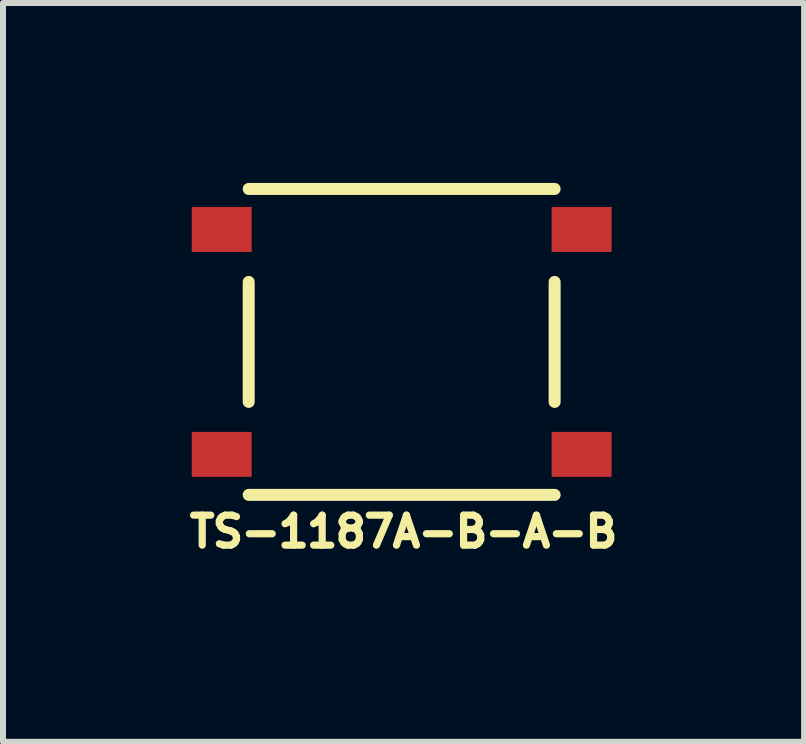
<source format=kicad_pcb>
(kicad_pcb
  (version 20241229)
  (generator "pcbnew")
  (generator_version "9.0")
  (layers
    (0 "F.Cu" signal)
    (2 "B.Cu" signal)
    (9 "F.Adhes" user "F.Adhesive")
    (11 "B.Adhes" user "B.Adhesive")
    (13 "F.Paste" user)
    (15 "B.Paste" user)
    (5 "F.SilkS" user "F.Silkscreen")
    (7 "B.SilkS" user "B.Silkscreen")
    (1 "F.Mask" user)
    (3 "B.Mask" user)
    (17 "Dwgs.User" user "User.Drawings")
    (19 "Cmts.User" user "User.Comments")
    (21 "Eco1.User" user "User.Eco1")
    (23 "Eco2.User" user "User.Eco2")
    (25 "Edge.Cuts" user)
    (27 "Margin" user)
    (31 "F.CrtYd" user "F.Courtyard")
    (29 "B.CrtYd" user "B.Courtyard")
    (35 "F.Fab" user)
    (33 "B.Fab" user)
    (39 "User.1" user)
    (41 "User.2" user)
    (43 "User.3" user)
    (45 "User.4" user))
  (footprint "TS-1187A-B-A-B"
    (layer "F.Cu")
    (at 3.646 2.65)
    (property "Reference" "TS-1187A-B-A-B" (at 0.032 3.163 0) (layer "F.SilkS") (effects (font (size 0.5 0.5) (thickness 0.12))))
    (attr smd)
    (fp_line (start -2.55 -2.55) (end 2.55 -2.55) (stroke (width 0.2) (type solid)) (layer "F.SilkS"))
    (fp_line (start -2.55 -1) (end -2.55 1) (stroke (width 0.2) (type solid)) (layer "F.SilkS"))
    (fp_line (start -2.55 2.55) (end 2.55 2.55) (stroke (width 0.2) (type solid)) (layer "F.SilkS"))
    (fp_line (start 2.55 -1) (end 2.55 1) (stroke (width 0.2) (type solid)) (layer "F.SilkS"))
    (pad "1" smd rect (at -3 -1.875) (size 1 0.75) (layers "F.Cu" "F.Mask" "F.Paste"))
    (pad "1" smd rect (at 3 -1.875) (size 1 0.75) (layers "F.Cu" "F.Mask" "F.Paste"))
    (pad "2" smd rect (at -3 1.875) (size 1 0.75) (layers "F.Cu" "F.Mask" "F.Paste"))
    (pad "2" smd rect (at 3 1.875) (size 1 0.75) (layers "F.Cu" "F.Mask" "F.Paste")))
  (gr_rect
    (start -3 -3)
    (end 10.355 9.316)
    (stroke (width 0.1) (type default))
    (fill no)
    (layer "Edge.Cuts")))
</source>
